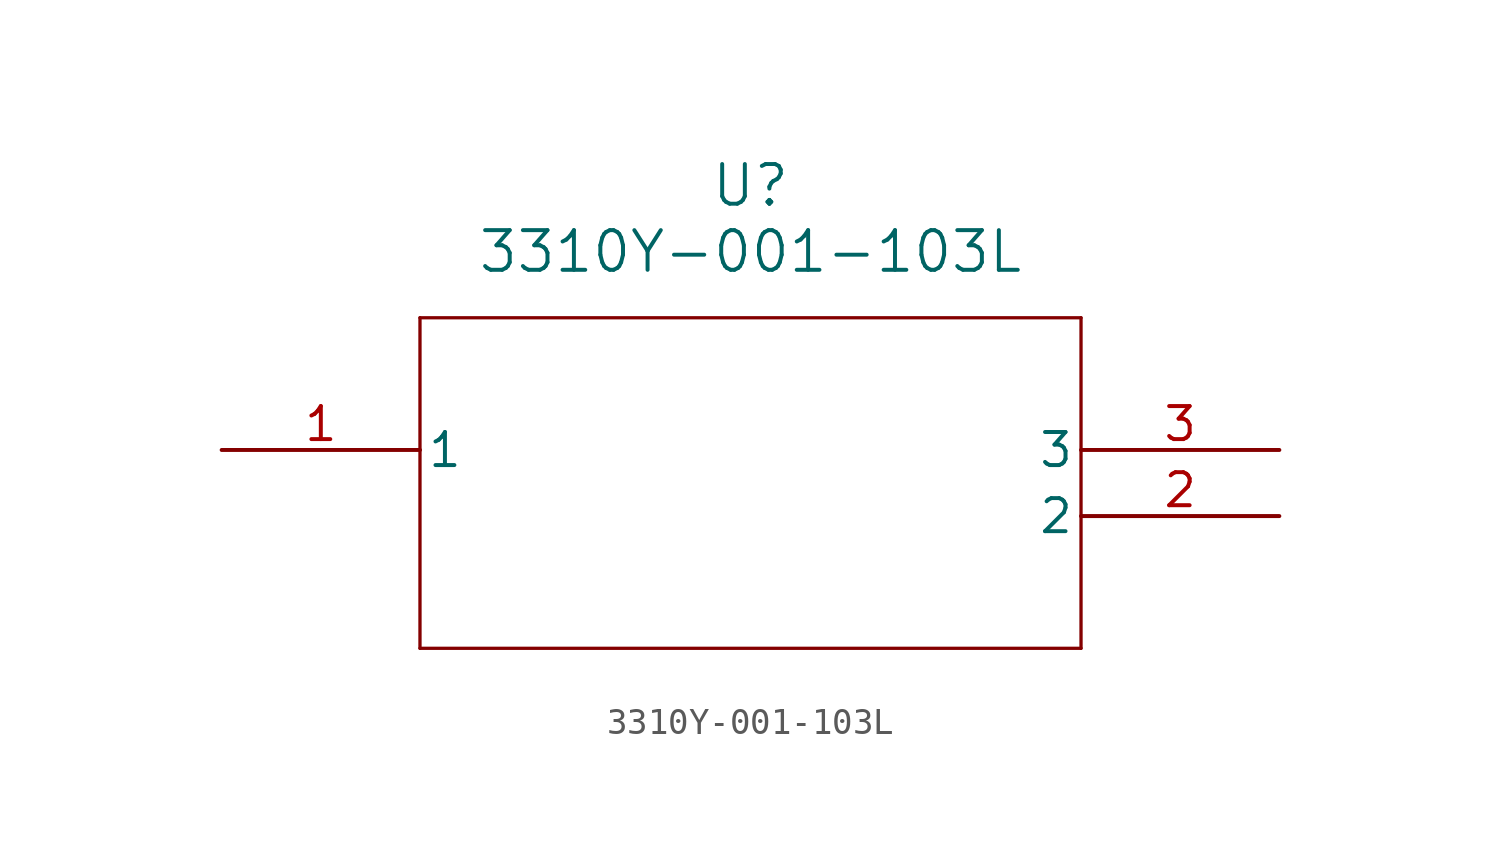
<source format=kicad_sym>
(kicad_symbol_lib
  (version 20211014)
  (generator kicad_symbol_editor)
  (symbol "3310Y-001-103L"
    (pin_names
      (offset 0.254))
    (property "Reference" "U"
      (at 20.32 10.16 0)
      (effects (font (size 1.524 1.524))))
    (property "Value" "3310Y-001-103L"
      (at 20.32 7.62 0)
      (effects (font (size 1.524 1.524))))
    (symbol "3310Y-001-103L_0_1"
      (polyline (pts (xy 7.62 5.08) (xy 7.62 -7.62)) (stroke (width 0.127) (type default) (color 0 0 0 0)) (fill (type none)))
      (polyline (pts (xy 7.62 -7.62) (xy 33.02 -7.62)) (stroke (width 0.127) (type default) (color 0 0 0 0)) (fill (type none)))
      (polyline (pts (xy 33.02 -7.62) (xy 33.02 5.08)) (stroke (width 0.127) (type default) (color 0 0 0 0)) (fill (type none)))
      (polyline (pts (xy 33.02 5.08) (xy 7.62 5.08)) (stroke (width 0.127) (type default) (color 0 0 0 0)) (fill (type none)))
      (pin unspecified line (at 0 0 0) (length 7.62) (name "1" (effects (font (size 1.27 1.27)))) (number "1" (effects (font (size 1.27 1.27)))))
      (pin unspecified line (at 40.64 -2.54 180) (length 7.62) (name "2" (effects (font (size 1.27 1.27)))) (number "2" (effects (font (size 1.27 1.27)))))
      (pin unspecified line (at 40.64 0 180) (length 7.62) (name "3" (effects (font (size 1.27 1.27)))) (number "3" (effects (font (size 1.27 1.27))))))))
</source>
